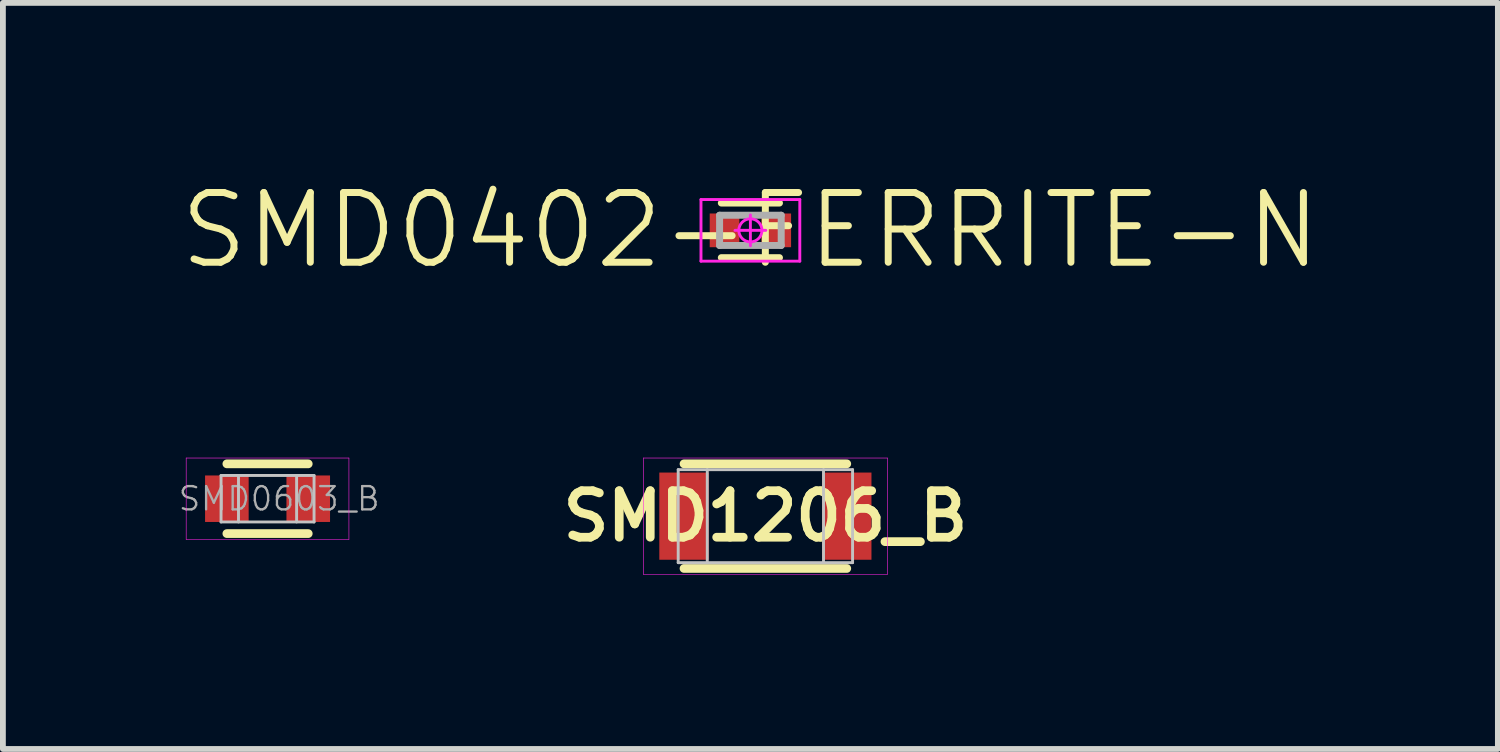
<source format=kicad_pcb>
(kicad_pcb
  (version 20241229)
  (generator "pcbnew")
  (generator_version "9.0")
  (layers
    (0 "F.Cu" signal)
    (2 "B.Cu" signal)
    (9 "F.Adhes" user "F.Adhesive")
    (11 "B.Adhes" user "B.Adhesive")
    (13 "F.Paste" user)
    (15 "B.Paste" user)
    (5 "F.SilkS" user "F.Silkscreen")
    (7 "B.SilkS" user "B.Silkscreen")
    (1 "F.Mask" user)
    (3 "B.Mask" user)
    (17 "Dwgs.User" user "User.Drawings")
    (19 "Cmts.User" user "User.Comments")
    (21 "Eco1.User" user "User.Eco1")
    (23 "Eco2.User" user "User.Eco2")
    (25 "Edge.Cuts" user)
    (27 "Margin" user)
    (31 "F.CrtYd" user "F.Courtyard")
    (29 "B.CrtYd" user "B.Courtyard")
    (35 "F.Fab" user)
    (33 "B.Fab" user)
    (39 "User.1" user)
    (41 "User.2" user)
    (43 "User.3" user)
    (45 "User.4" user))
  (footprint "SMD0603_B"
    (layer "F.Cu")
    (at 1.553 5.53)
    (property "Reference" "SMD0603_B" (at 0.2 0 0) (layer "F.Fab") (effects (font (size 0.4 0.4) (thickness 0.04))))
    (attr through_hole)
    (fp_line (start -0.7 -0.6) (end 0.7 -0.6) (stroke (width 0.15) (type solid)) (layer "F.SilkS"))
    (fp_line (start 0.7 0.6) (end -0.7 0.6) (stroke (width 0.15) (type solid)) (layer "F.SilkS"))
    (fp_line (start -0.8 0.4) (end -0.8 -0.4) (stroke (width 0.05) (type solid)) (layer "Dwgs.User"))
    (fp_line (start -0.5 0.4) (end -0.5 -0.4) (stroke (width 0.05) (type solid)) (layer "Dwgs.User"))
    (fp_line (start 0.5 0.4) (end 0.5 -0.4) (stroke (width 0.05) (type solid)) (layer "Dwgs.User"))
    (fp_line (start 0.8 -0.4) (end -0.8 -0.4) (stroke (width 0.05) (type solid)) (layer "Dwgs.User"))
    (fp_line (start 0.8 0.4) (end -0.8 0.4) (stroke (width 0.05) (type solid)) (layer "Dwgs.User"))
    (fp_line (start 0.8 0.4) (end 0.8 -0.4) (stroke (width 0.05) (type solid)) (layer "Dwgs.User"))
    (fp_line (start -1.4 -0.7) (end 1.4 -0.7) (stroke (width 0.01) (type solid)) (layer "F.CrtYd"))
    (fp_line (start -1.4 0.7) (end -1.4 -0.7) (stroke (width 0.01) (type solid)) (layer "F.CrtYd"))
    (fp_line (start 1.4 -0.7) (end 1.4 0.7) (stroke (width 0.01) (type solid)) (layer "F.CrtYd"))
    (fp_line (start 1.4 0.7) (end -1.4 0.7) (stroke (width 0.01) (type solid)) (layer "F.CrtYd"))
    (pad "1" smd rect (at -0.7 0) (size 0.75 0.8) (layers "F.Cu" "F.Mask" "F.Paste"))
    (pad "2" smd rect (at 0.7 0) (size 0.75 0.8) (layers "F.Cu" "F.Mask" "F.Paste")))
  (footprint "SMD1206_B"
    (layer "F.Cu")
    (at 10.118 5.83)
    (property "Reference" "SMD1206_B" (at 0 0 0) (layer "F.SilkS") (effects (font (size 0.8 0.8) (thickness 0.15))))
    (attr through_hole)
    (fp_line (start 1.4 -0.9) (end -1.4 -0.9) (stroke (width 0.15) (type solid)) (layer "F.SilkS"))
    (fp_line (start 1.4 0.9) (end -1.4 0.9) (stroke (width 0.15) (type solid)) (layer "F.SilkS"))
    (fp_line (start -1.5 0.8) (end -1.5 -0.8) (stroke (width 0.05) (type solid)) (layer "Dwgs.User"))
    (fp_line (start -1 0.8) (end -1 -0.8) (stroke (width 0.05) (type solid)) (layer "Dwgs.User"))
    (fp_line (start 1 0.8) (end 1 -0.8) (stroke (width 0.05) (type solid)) (layer "Dwgs.User"))
    (fp_line (start 1.5 -0.8) (end -1.5 -0.8) (stroke (width 0.05) (type solid)) (layer "Dwgs.User"))
    (fp_line (start 1.5 0.8) (end -1.5 0.8) (stroke (width 0.05) (type solid)) (layer "Dwgs.User"))
    (fp_line (start 1.5 0.8) (end 1.5 -0.8) (stroke (width 0.05) (type solid)) (layer "Dwgs.User"))
    (fp_line (start -2.1 -1) (end 2.1 -1) (stroke (width 0.01) (type solid)) (layer "F.CrtYd"))
    (fp_line (start -2.1 1) (end -2.1 -1) (stroke (width 0.01) (type solid)) (layer "F.CrtYd"))
    (fp_line (start 2.1 -1) (end 2.1 1) (stroke (width 0.01) (type solid)) (layer "F.CrtYd"))
    (fp_line (start 2.1 1) (end -2.1 1) (stroke (width 0.01) (type solid)) (layer "F.CrtYd"))
    (pad "1" smd rect (at -1.4 0) (size 0.85 1.5) (layers "F.Cu" "F.Mask" "F.Paste"))
    (pad "2" smd rect (at 1.4 0) (size 0.85 1.5) (layers "F.Cu" "F.Mask" "F.Paste")))
  (footprint "SMD0402-FERRITE-N"
    (layer "F.Cu")
    (at 9.86 0.913)
    (property "Reference" "SMD0402-FERRITE-N" (at 0 0 0) (layer "F.SilkS") (effects (font (size 1.2 1.2) (thickness 0.12))))
    (attr smd)
    (fp_line (start 0.5 -0.47) (end -0.5 -0.47) (stroke (width 0.12) (type solid)) (layer "F.SilkS"))
    (fp_line (start 0.5 0.47) (end -0.5 0.47) (stroke (width 0.12) (type solid)) (layer "F.SilkS"))
    (fp_line (start -0.85 -0.53) (end 0.85 -0.53) (stroke (width 0.05) (type solid)) (layer "F.CrtYd"))
    (fp_line (start -0.85 0.53) (end -0.85 -0.53) (stroke (width 0.05) (type solid)) (layer "F.CrtYd"))
    (fp_line (start 0 -0.265) (end 0 0.265) (stroke (width 0.05) (type solid)) (layer "F.CrtYd"))
    (fp_line (start 0.265 0) (end -0.265 0) (stroke (width 0.05) (type solid)) (layer "F.CrtYd"))
    (fp_line (start 0.85 -0.53) (end 0.85 0.53) (stroke (width 0.05) (type solid)) (layer "F.CrtYd"))
    (fp_line (start 0.85 0.53) (end -0.85 0.53) (stroke (width 0.05) (type solid)) (layer "F.CrtYd"))
    (fp_circle (center 0 0) (end 0 0.199) (stroke (width 0.05) (type solid)) (fill no) (layer "F.CrtYd"))
    (fp_line (start -0.53 -0.26) (end 0.53 -0.26) (stroke (width 0.12) (type solid)) (layer "F.Fab"))
    (fp_line (start -0.53 0.26) (end -0.53 -0.26) (stroke (width 0.12) (type solid)) (layer "F.Fab"))
    (fp_line (start 0.53 -0.26) (end 0.53 0.26) (stroke (width 0.12) (type solid)) (layer "F.Fab"))
    (fp_line (start 0.53 0.26) (end -0.53 0.26) (stroke (width 0.12) (type solid)) (layer "F.Fab"))
    (pad "1" smd rect (at -0.445 0) (size 0.51 0.58) (layers "F.Cu" "F.Mask" "F.Paste"))
    (pad "2" smd rect (at 0.445 0) (size 0.51 0.58) (layers "F.Cu" "F.Mask" "F.Paste")))
  (gr_rect
    (start -3 -3)
    (end 22.72 9.835)
    (stroke (width 0.1) (type default))
    (fill no)
    (layer "Edge.Cuts")))
</source>
